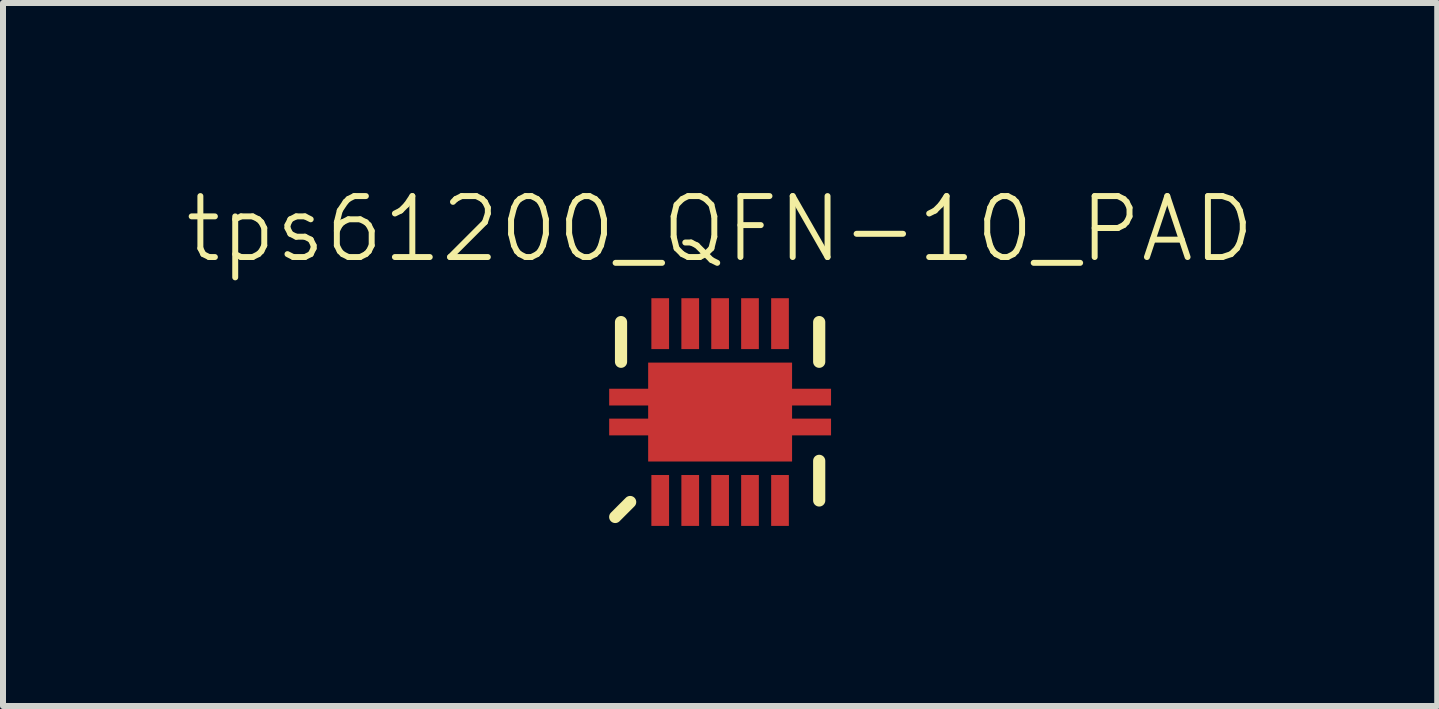
<source format=kicad_pcb>
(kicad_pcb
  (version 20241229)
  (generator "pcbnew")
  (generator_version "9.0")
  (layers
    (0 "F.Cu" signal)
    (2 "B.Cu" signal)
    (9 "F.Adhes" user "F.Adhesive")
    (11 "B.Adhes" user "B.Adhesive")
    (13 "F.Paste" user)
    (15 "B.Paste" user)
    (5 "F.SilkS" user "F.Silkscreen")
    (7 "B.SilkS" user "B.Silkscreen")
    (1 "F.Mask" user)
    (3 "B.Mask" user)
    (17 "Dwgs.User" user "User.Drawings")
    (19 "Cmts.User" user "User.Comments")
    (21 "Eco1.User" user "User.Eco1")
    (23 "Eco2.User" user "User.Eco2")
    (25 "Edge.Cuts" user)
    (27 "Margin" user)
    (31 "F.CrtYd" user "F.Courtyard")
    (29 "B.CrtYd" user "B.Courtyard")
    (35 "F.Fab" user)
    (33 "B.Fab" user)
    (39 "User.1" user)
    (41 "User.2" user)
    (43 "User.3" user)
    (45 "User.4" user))
  (footprint "tps61200_QFN-10_PAD"
    (layer "F.Cu")
    (at 8.949 3.816)
    (property "Reference" "tps61200_QFN-10_PAD" (at 0 -3.048 0) (layer "F.SilkS") (effects (font (size 1.016 1.016) (thickness 0.099))))
    (attr smd)
    (fp_line (start -1.748 1.748) (end -1.499 1.499) (stroke (width 0.203) (type solid)) (layer "F.SilkS"))
    (fp_line (start -1.651 -1.499) (end -1.651 -0.838) (stroke (width 0.203) (type solid)) (layer "F.SilkS"))
    (fp_line (start 1.651 -1.499) (end 1.651 -0.838) (stroke (width 0.203) (type solid)) (layer "F.SilkS"))
    (fp_line (start 1.651 0.813) (end 1.651 1.473) (stroke (width 0.203) (type solid)) (layer "F.SilkS"))
    (pad "1" smd rect (at -0.998 1.473 90) (size 0.848 0.295) (layers "F.Cu" "F.Mask" "F.Paste"))
    (pad "2" smd rect (at -0.498 1.473 90) (size 0.848 0.295) (layers "F.Cu" "F.Mask" "F.Paste"))
    (pad "3" smd rect (at 0 1.473 90) (size 0.848 0.295) (layers "F.Cu" "F.Mask" "F.Paste"))
    (pad "4" smd rect (at 0.498 1.473 90) (size 0.848 0.295) (layers "F.Cu" "F.Mask" "F.Paste"))
    (pad "5" smd rect (at 0.998 1.473 90) (size 0.848 0.295) (layers "F.Cu" "F.Mask" "F.Paste"))
    (pad "6" smd rect (at 0.998 -1.473 90) (size 0.848 0.295) (layers "F.Cu" "F.Mask" "F.Paste"))
    (pad "7" smd rect (at 0.498 -1.473 90) (size 0.848 0.295) (layers "F.Cu" "F.Mask" "F.Paste"))
    (pad "8" smd rect (at 0 -1.473 90) (size 0.848 0.295) (layers "F.Cu" "F.Mask" "F.Paste"))
    (pad "9" smd rect (at -0.498 -1.473 90) (size 0.848 0.295) (layers "F.Cu" "F.Mask" "F.Paste"))
    (pad "10" smd rect (at -0.998 -1.473 90) (size 0.848 0.295) (layers "F.Cu" "F.Mask" "F.Paste"))
    (pad "11" smd rect (at -1.499 -0.249) (size 0.699 0.279) (layers "F.Cu" "F.Mask" "F.Paste"))
    (pad "12" smd rect (at -1.499 0.249) (size 0.699 0.279) (layers "F.Cu" "F.Mask" "F.Paste"))
    (pad "13" smd rect (at 1.499 -0.249) (size 0.699 0.279) (layers "F.Cu" "F.Mask" "F.Paste"))
    (pad "14" smd rect (at 1.499 0.249) (size 0.699 0.279) (layers "F.Cu" "F.Mask" "F.Paste"))
    (pad "15" smd rect (at 0 0 90) (size 1.648 2.398) (layers "F.Cu" "F.Mask" "F.Paste")))
  (gr_rect
    (start -3 -3)
    (end 20.898 8.714)
    (stroke (width 0.1) (type default))
    (fill no)
    (layer "Edge.Cuts")))
</source>
